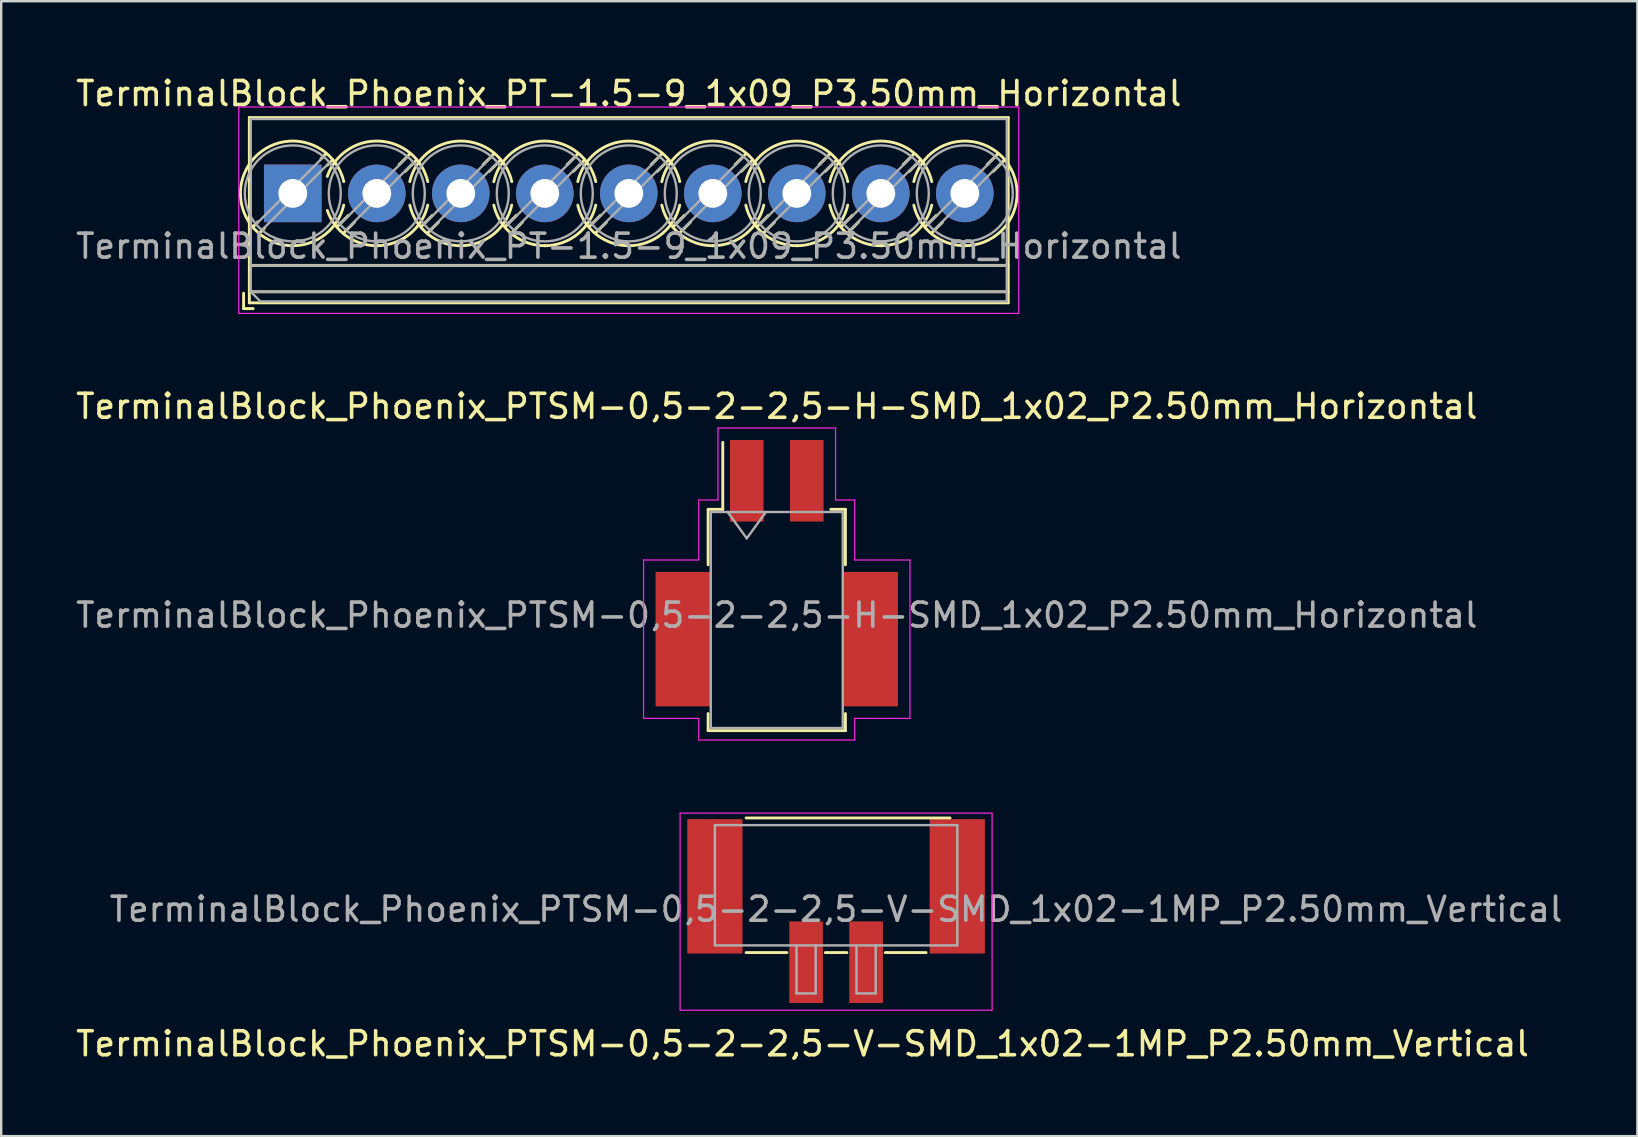
<source format=kicad_pcb>
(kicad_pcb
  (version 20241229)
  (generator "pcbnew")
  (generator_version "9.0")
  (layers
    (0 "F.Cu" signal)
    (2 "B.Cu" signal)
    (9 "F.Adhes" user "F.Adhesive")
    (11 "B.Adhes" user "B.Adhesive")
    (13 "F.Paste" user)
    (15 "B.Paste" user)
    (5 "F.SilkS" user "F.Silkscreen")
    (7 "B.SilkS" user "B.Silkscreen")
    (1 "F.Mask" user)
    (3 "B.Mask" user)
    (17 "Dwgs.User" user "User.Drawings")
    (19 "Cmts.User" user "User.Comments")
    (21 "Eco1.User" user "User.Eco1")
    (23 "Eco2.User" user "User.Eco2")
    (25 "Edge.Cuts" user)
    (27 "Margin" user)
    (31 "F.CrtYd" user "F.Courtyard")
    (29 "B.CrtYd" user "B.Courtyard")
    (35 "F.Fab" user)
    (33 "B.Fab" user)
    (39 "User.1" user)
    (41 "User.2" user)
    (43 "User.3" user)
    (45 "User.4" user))
  (footprint "TerminalBlock_Phoenix_PTSM-0,5-2-2,5-V-SMD_1x02-1MP_P2.50mm_Vertical"
    (layer "F.Cu")
    (at 31.787 34.911)
    (property "Reference" "TerminalBlock_Phoenix_PTSM-0,5-2-2,5-V-SMD_1x02-1MP_P2.50mm_Vertical" (at -1.4 5.53 0) (layer "F.SilkS") (effects (font (size 1 1) (thickness 0.15))))
    (attr smd)
    (fp_line (start -3.75 -3.88) (end 4.75 -3.88) (stroke (width 0.12) (type solid)) (layer "F.SilkS"))
    (fp_line (start -2.05 1.73) (end -3.75 1.73) (stroke (width 0.12) (type solid)) (layer "F.SilkS"))
    (fp_line (start 0.45 1.73) (end -0.45 1.73) (stroke (width 0.12) (type solid)) (layer "F.SilkS"))
    (fp_line (start 3.75 1.73) (end 2.05 1.73) (stroke (width 0.12) (type solid)) (layer "F.SilkS"))
    (fp_line (start -6.5 -4.08) (end 6.5 -4.08) (stroke (width 0.05) (type solid)) (layer "F.CrtYd"))
    (fp_line (start -6.5 4.13) (end -6.5 -4.08) (stroke (width 0.05) (type solid)) (layer "F.CrtYd"))
    (fp_line (start 6.5 -4.08) (end 6.5 4.13) (stroke (width 0.05) (type solid)) (layer "F.CrtYd"))
    (fp_line (start 6.5 4.13) (end -6.5 4.13) (stroke (width 0.05) (type solid)) (layer "F.CrtYd"))
    (fp_line (start -5.05 -3.58) (end 5.05 -3.58) (stroke (width 0.1) (type solid)) (layer "F.Fab"))
    (fp_line (start -5.05 1.43) (end -5.05 -3.58) (stroke (width 0.1) (type solid)) (layer "F.Fab"))
    (fp_line (start -1.65 1.43) (end -1.65 3.43) (stroke (width 0.1) (type solid)) (layer "F.Fab"))
    (fp_line (start -1.65 3.43) (end -0.85 3.43) (stroke (width 0.1) (type solid)) (layer "F.Fab"))
    (fp_line (start -0.85 1.43) (end -0.85 3.43) (stroke (width 0.1) (type solid)) (layer "F.Fab"))
    (fp_line (start 0.85 1.43) (end 0.85 3.43) (stroke (width 0.1) (type solid)) (layer "F.Fab"))
    (fp_line (start 0.85 3.43) (end 1.65 3.43) (stroke (width 0.1) (type solid)) (layer "F.Fab"))
    (fp_line (start 1.65 1.43) (end 1.65 3.43) (stroke (width 0.1) (type solid)) (layer "F.Fab"))
    (fp_line (start 5.05 1.43) (end -5.05 1.43) (stroke (width 0.1) (type solid)) (layer "F.Fab"))
    (fp_line (start 5.05 1.43) (end 5.05 -3.58) (stroke (width 0.1) (type solid)) (layer "F.Fab"))
    (fp_text user "${REFERENCE}" (at 0 -0.075 0) (layer "F.Fab") (effects (font (size 1 1) (thickness 0.15))))
    (pad "1" smd rect (at -1.25 2.13 180) (size 1.4 3.4) (layers "F.Cu" "F.Mask" "F.Paste"))
    (pad "2" smd rect (at 1.25 2.13 180) (size 1.4 3.4) (layers "F.Cu" "F.Mask" "F.Paste"))
    (pad "MP" smd rect (at -5.05 -1.03 180) (size 2.3 5.6) (layers "F.Cu" "F.Mask" "F.Paste"))
    (pad "MP" smd rect (at 5.05 -1.03 180) (size 2.3 5.6) (layers "F.Cu" "F.Mask" "F.Paste")))
  (footprint "TerminalBlock_Phoenix_PT-1.5-9_1x09_P3.50mm_Horizontal"
    (layer "F.Cu")
    (at 9.149 5.008)
    (property "Reference" "TerminalBlock_Phoenix_PT-1.5-9_1x09_P3.50mm_Horizontal" (at 14 -4.16 0) (layer "F.SilkS") (effects (font (size 1 1) (thickness 0.15))))
    (attr through_hole)
    (fp_line (start -2.05 4.16) (end -2.05 4.8) (stroke (width 0.12) (type solid)) (layer "F.SilkS"))
    (fp_line (start -2.05 4.8) (end -1.65 4.8) (stroke (width 0.12) (type solid)) (layer "F.SilkS"))
    (fp_line (start -1.81 -3.16) (end -1.81 4.56) (stroke (width 0.12) (type solid)) (layer "F.SilkS"))
    (fp_line (start -1.81 -3.16) (end 29.81 -3.16) (stroke (width 0.12) (type solid)) (layer "F.SilkS"))
    (fp_line (start -1.81 3) (end 29.81 3) (stroke (width 0.12) (type solid)) (layer "F.SilkS"))
    (fp_line (start -1.81 4.1) (end 29.81 4.1) (stroke (width 0.12) (type solid)) (layer "F.SilkS"))
    (fp_line (start -1.81 4.56) (end 29.81 4.56) (stroke (width 0.12) (type solid)) (layer "F.SilkS"))
    (fp_line (start -1.441 1.175) (end -1.654 1.388) (stroke (width 0.12) (type solid)) (layer "F.SilkS"))
    (fp_line (start -1.175 1.441) (end -1.388 1.654) (stroke (width 0.12) (type solid)) (layer "F.SilkS"))
    (fp_line (start 1.388 -1.654) (end 1.175 -1.441) (stroke (width 0.12) (type solid)) (layer "F.SilkS"))
    (fp_line (start 1.654 -1.388) (end 1.441 -1.175) (stroke (width 0.12) (type solid)) (layer "F.SilkS"))
    (fp_line (start 2.318 0.916) (end 1.847 1.388) (stroke (width 0.12) (type solid)) (layer "F.SilkS"))
    (fp_line (start 2.569 1.198) (end 2.113 1.654) (stroke (width 0.12) (type solid)) (layer "F.SilkS"))
    (fp_line (start 4.888 -1.654) (end 4.432 -1.198) (stroke (width 0.12) (type solid)) (layer "F.SilkS"))
    (fp_line (start 5.154 -1.388) (end 4.683 -0.916) (stroke (width 0.12) (type solid)) (layer "F.SilkS"))
    (fp_line (start 5.818 0.916) (end 5.347 1.388) (stroke (width 0.12) (type solid)) (layer "F.SilkS"))
    (fp_line (start 6.069 1.198) (end 5.613 1.654) (stroke (width 0.12) (type solid)) (layer "F.SilkS"))
    (fp_line (start 8.388 -1.654) (end 7.932 -1.198) (stroke (width 0.12) (type solid)) (layer "F.SilkS"))
    (fp_line (start 8.654 -1.388) (end 8.183 -0.916) (stroke (width 0.12) (type solid)) (layer "F.SilkS"))
    (fp_line (start 9.318 0.916) (end 8.847 1.388) (stroke (width 0.12) (type solid)) (layer "F.SilkS"))
    (fp_line (start 9.569 1.198) (end 9.113 1.654) (stroke (width 0.12) (type solid)) (layer "F.SilkS"))
    (fp_line (start 11.888 -1.654) (end 11.432 -1.198) (stroke (width 0.12) (type solid)) (layer "F.SilkS"))
    (fp_line (start 12.154 -1.388) (end 11.683 -0.916) (stroke (width 0.12) (type solid)) (layer "F.SilkS"))
    (fp_line (start 12.818 0.916) (end 12.347 1.388) (stroke (width 0.12) (type solid)) (layer "F.SilkS"))
    (fp_line (start 13.069 1.198) (end 12.613 1.654) (stroke (width 0.12) (type solid)) (layer "F.SilkS"))
    (fp_line (start 15.388 -1.654) (end 14.932 -1.198) (stroke (width 0.12) (type solid)) (layer "F.SilkS"))
    (fp_line (start 15.654 -1.388) (end 15.183 -0.916) (stroke (width 0.12) (type solid)) (layer "F.SilkS"))
    (fp_line (start 16.318 0.916) (end 15.847 1.388) (stroke (width 0.12) (type solid)) (layer "F.SilkS"))
    (fp_line (start 16.569 1.198) (end 16.113 1.654) (stroke (width 0.12) (type solid)) (layer "F.SilkS"))
    (fp_line (start 18.888 -1.654) (end 18.432 -1.198) (stroke (width 0.12) (type solid)) (layer "F.SilkS"))
    (fp_line (start 19.154 -1.388) (end 18.683 -0.916) (stroke (width 0.12) (type solid)) (layer "F.SilkS"))
    (fp_line (start 19.818 0.916) (end 19.347 1.388) (stroke (width 0.12) (type solid)) (layer "F.SilkS"))
    (fp_line (start 20.069 1.198) (end 19.613 1.654) (stroke (width 0.12) (type solid)) (layer "F.SilkS"))
    (fp_line (start 22.388 -1.654) (end 21.932 -1.198) (stroke (width 0.12) (type solid)) (layer "F.SilkS"))
    (fp_line (start 22.654 -1.388) (end 22.183 -0.916) (stroke (width 0.12) (type solid)) (layer "F.SilkS"))
    (fp_line (start 23.318 0.916) (end 22.847 1.388) (stroke (width 0.12) (type solid)) (layer "F.SilkS"))
    (fp_line (start 23.569 1.198) (end 23.113 1.654) (stroke (width 0.12) (type solid)) (layer "F.SilkS"))
    (fp_line (start 25.888 -1.654) (end 25.432 -1.198) (stroke (width 0.12) (type solid)) (layer "F.SilkS"))
    (fp_line (start 26.154 -1.388) (end 25.683 -0.916) (stroke (width 0.12) (type solid)) (layer "F.SilkS"))
    (fp_line (start 26.818 0.916) (end 26.347 1.388) (stroke (width 0.12) (type solid)) (layer "F.SilkS"))
    (fp_line (start 27.069 1.198) (end 26.613 1.654) (stroke (width 0.12) (type solid)) (layer "F.SilkS"))
    (fp_line (start 29.388 -1.654) (end 28.932 -1.198) (stroke (width 0.12) (type solid)) (layer "F.SilkS"))
    (fp_line (start 29.654 -1.388) (end 29.183 -0.916) (stroke (width 0.12) (type solid)) (layer "F.SilkS"))
    (fp_line (start 29.81 -3.16) (end 29.81 4.56) (stroke (width 0.12) (type solid)) (layer "F.SilkS"))
    (fp_arc (start 0.038458 2.180648) (mid -1.718884 -1.342439) (end 2.125 -0.491) (stroke (width 0.12) (type solid)) (layer "F.SilkS"))
    (fp_arc (start 1.437707 -0.709687) (mid 3.61375 -2.17802) (end 5.625 -0.491) (stroke (width 0.12) (type solid)) (layer "F.SilkS"))
    (fp_arc (start 2.124127 0.490393) (mid 1.357082 1.706086) (end 0 2.18) (stroke (width 0.12) (type solid)) (layer "F.SilkS"))
    (fp_arc (start 3.538366 2.17953) (mid 2.249943 1.785828) (end 1.439 0.71) (stroke (width 0.12) (type solid)) (layer "F.SilkS"))
    (fp_arc (start 4.874822 -0.490231) (mid 6.999605 -2.180988) (end 9.125 -0.491) (stroke (width 0.12) (type solid)) (layer "F.SilkS"))
    (fp_arc (start 5.624127 0.490393) (mid 4.857082 1.706086) (end 3.5 2.18) (stroke (width 0.12) (type solid)) (layer "F.SilkS"))
    (fp_arc (start 7.038666 2.17967) (mid 5.658338 1.718255) (end 4.876 0.491) (stroke (width 0.12) (type solid)) (layer "F.SilkS"))
    (fp_arc (start 8.374822 -0.490231) (mid 10.499605 -2.180988) (end 12.625 -0.491) (stroke (width 0.12) (type solid)) (layer "F.SilkS"))
    (fp_arc (start 9.124127 0.490393) (mid 8.357082 1.706086) (end 7 2.18) (stroke (width 0.12) (type solid)) (layer "F.SilkS"))
    (fp_arc (start 10.538666 2.17967) (mid 9.158338 1.718255) (end 8.376 0.491) (stroke (width 0.12) (type solid)) (layer "F.SilkS"))
    (fp_arc (start 11.874822 -0.490231) (mid 13.999605 -2.180988) (end 16.125 -0.491) (stroke (width 0.12) (type solid)) (layer "F.SilkS"))
    (fp_arc (start 12.624127 0.490393) (mid 11.857082 1.706086) (end 10.5 2.18) (stroke (width 0.12) (type solid)) (layer "F.SilkS"))
    (fp_arc (start 14.038666 2.17967) (mid 12.658338 1.718255) (end 11.876 0.491) (stroke (width 0.12) (type solid)) (layer "F.SilkS"))
    (fp_arc (start 15.374822 -0.490231) (mid 17.499605 -2.180988) (end 19.625 -0.491) (stroke (width 0.12) (type solid)) (layer "F.SilkS"))
    (fp_arc (start 16.124127 0.490393) (mid 15.357082 1.706086) (end 14 2.18) (stroke (width 0.12) (type solid)) (layer "F.SilkS"))
    (fp_arc (start 17.538666 2.17967) (mid 16.158338 1.718255) (end 15.376 0.491) (stroke (width 0.12) (type solid)) (layer "F.SilkS"))
    (fp_arc (start 18.874822 -0.490231) (mid 20.999605 -2.180988) (end 23.125 -0.491) (stroke (width 0.12) (type solid)) (layer "F.SilkS"))
    (fp_arc (start 19.624127 0.490393) (mid 18.857082 1.706086) (end 17.5 2.18) (stroke (width 0.12) (type solid)) (layer "F.SilkS"))
    (fp_arc (start 21.038666 2.17967) (mid 19.658338 1.718255) (end 18.876 0.491) (stroke (width 0.12) (type solid)) (layer "F.SilkS"))
    (fp_arc (start 22.374822 -0.490231) (mid 24.499605 -2.180988) (end 26.625 -0.491) (stroke (width 0.12) (type solid)) (layer "F.SilkS"))
    (fp_arc (start 23.124127 0.490393) (mid 22.357082 1.706086) (end 21 2.18) (stroke (width 0.12) (type solid)) (layer "F.SilkS"))
    (fp_arc (start 24.538666 2.17967) (mid 23.158338 1.718255) (end 22.376 0.491) (stroke (width 0.12) (type solid)) (layer "F.SilkS"))
    (fp_arc (start 25.875873 -0.490393) (mid 29.706086 -1.357082) (end 28 2.18) (stroke (width 0.12) (type solid)) (layer "F.SilkS"))
    (fp_arc (start 26.624127 0.490393) (mid 25.857082 1.706086) (end 24.5 2.18) (stroke (width 0.12) (type solid)) (layer "F.SilkS"))
    (fp_arc (start 28.038666 2.17967) (mid 26.658338 1.718255) (end 25.876 0.491) (stroke (width 0.12) (type solid)) (layer "F.SilkS"))
    (fp_line (start -2.25 -3.6) (end -2.25 5) (stroke (width 0.05) (type solid)) (layer "F.CrtYd"))
    (fp_line (start -2.25 5) (end 30.25 5) (stroke (width 0.05) (type solid)) (layer "F.CrtYd"))
    (fp_line (start 30.25 -3.6) (end -2.25 -3.6) (stroke (width 0.05) (type solid)) (layer "F.CrtYd"))
    (fp_line (start 30.25 5) (end 30.25 -3.6) (stroke (width 0.05) (type solid)) (layer "F.CrtYd"))
    (fp_line (start -1.75 -3.1) (end 29.75 -3.1) (stroke (width 0.1) (type solid)) (layer "F.Fab"))
    (fp_line (start -1.75 3) (end 29.75 3) (stroke (width 0.1) (type solid)) (layer "F.Fab"))
    (fp_line (start -1.75 4.1) (end -1.75 -3.1) (stroke (width 0.1) (type solid)) (layer "F.Fab"))
    (fp_line (start -1.75 4.1) (end 29.75 4.1) (stroke (width 0.1) (type solid)) (layer "F.Fab"))
    (fp_line (start -1.35 4.5) (end -1.75 4.1) (stroke (width 0.1) (type solid)) (layer "F.Fab"))
    (fp_line (start 1.273 -1.517) (end -1.517 1.273) (stroke (width 0.1) (type solid)) (layer "F.Fab"))
    (fp_line (start 1.517 -1.273) (end -1.273 1.517) (stroke (width 0.1) (type solid)) (layer "F.Fab"))
    (fp_line (start 4.773 -1.517) (end 1.984 1.273) (stroke (width 0.1) (type solid)) (layer "F.Fab"))
    (fp_line (start 5.017 -1.273) (end 2.228 1.517) (stroke (width 0.1) (type solid)) (layer "F.Fab"))
    (fp_line (start 8.273 -1.517) (end 5.484 1.273) (stroke (width 0.1) (type solid)) (layer "F.Fab"))
    (fp_line (start 8.517 -1.273) (end 5.728 1.517) (stroke (width 0.1) (type solid)) (layer "F.Fab"))
    (fp_line (start 11.773 -1.517) (end 8.984 1.273) (stroke (width 0.1) (type solid)) (layer "F.Fab"))
    (fp_line (start 12.017 -1.273) (end 9.228 1.517) (stroke (width 0.1) (type solid)) (layer "F.Fab"))
    (fp_line (start 15.273 -1.517) (end 12.484 1.273) (stroke (width 0.1) (type solid)) (layer "F.Fab"))
    (fp_line (start 15.517 -1.273) (end 12.728 1.517) (stroke (width 0.1) (type solid)) (layer "F.Fab"))
    (fp_line (start 18.773 -1.517) (end 15.984 1.273) (stroke (width 0.1) (type solid)) (layer "F.Fab"))
    (fp_line (start 19.017 -1.273) (end 16.228 1.517) (stroke (width 0.1) (type solid)) (layer "F.Fab"))
    (fp_line (start 22.273 -1.517) (end 19.484 1.273) (stroke (width 0.1) (type solid)) (layer "F.Fab"))
    (fp_line (start 22.517 -1.273) (end 19.728 1.517) (stroke (width 0.1) (type solid)) (layer "F.Fab"))
    (fp_line (start 25.773 -1.517) (end 22.984 1.273) (stroke (width 0.1) (type solid)) (layer "F.Fab"))
    (fp_line (start 26.017 -1.273) (end 23.228 1.517) (stroke (width 0.1) (type solid)) (layer "F.Fab"))
    (fp_line (start 29.273 -1.517) (end 26.484 1.273) (stroke (width 0.1) (type solid)) (layer "F.Fab"))
    (fp_line (start 29.517 -1.273) (end 26.728 1.517) (stroke (width 0.1) (type solid)) (layer "F.Fab"))
    (fp_line (start 29.75 -3.1) (end 29.75 4.5) (stroke (width 0.1) (type solid)) (layer "F.Fab"))
    (fp_line (start 29.75 4.5) (end -1.35 4.5) (stroke (width 0.1) (type solid)) (layer "F.Fab"))
    (fp_circle (center 0 0) (end 2 0) (stroke (width 0.1) (type solid)) (fill no) (layer "F.Fab"))
    (fp_circle (center 3.5 0) (end 5.5 0) (stroke (width 0.1) (type solid)) (fill no) (layer "F.Fab"))
    (fp_circle (center 7 0) (end 9 0) (stroke (width 0.1) (type solid)) (fill no) (layer "F.Fab"))
    (fp_circle (center 10.5 0) (end 12.5 0) (stroke (width 0.1) (type solid)) (fill no) (layer "F.Fab"))
    (fp_circle (center 14 0) (end 16 0) (stroke (width 0.1) (type solid)) (fill no) (layer "F.Fab"))
    (fp_circle (center 17.5 0) (end 19.5 0) (stroke (width 0.1) (type solid)) (fill no) (layer "F.Fab"))
    (fp_circle (center 21 0) (end 23 0) (stroke (width 0.1) (type solid)) (fill no) (layer "F.Fab"))
    (fp_circle (center 24.5 0) (end 26.5 0) (stroke (width 0.1) (type solid)) (fill no) (layer "F.Fab"))
    (fp_circle (center 28 0) (end 30 0) (stroke (width 0.1) (type solid)) (fill no) (layer "F.Fab"))
    (fp_text user "${REFERENCE}" (at 14 2.2 0) (layer "F.Fab") (effects (font (size 1 1) (thickness 0.15))))
    (pad "1" thru_hole rect (at 0 0) (size 2.4 2.4) (drill 1.2) (layers "*.Cu" "*.Mask"))
    (pad "2" thru_hole circle (at 3.5 0) (size 2.4 2.4) (drill 1.2) (layers "*.Cu" "*.Mask"))
    (pad "3" thru_hole circle (at 7 0) (size 2.4 2.4) (drill 1.2) (layers "*.Cu" "*.Mask"))
    (pad "4" thru_hole circle (at 10.5 0) (size 2.4 2.4) (drill 1.2) (layers "*.Cu" "*.Mask"))
    (pad "5" thru_hole circle (at 14 0) (size 2.4 2.4) (drill 1.2) (layers "*.Cu" "*.Mask"))
    (pad "6" thru_hole circle (at 17.5 0) (size 2.4 2.4) (drill 1.2) (layers "*.Cu" "*.Mask"))
    (pad "7" thru_hole circle (at 21 0) (size 2.4 2.4) (drill 1.2) (layers "*.Cu" "*.Mask"))
    (pad "8" thru_hole circle (at 24.5 0) (size 2.4 2.4) (drill 1.2) (layers "*.Cu" "*.Mask"))
    (pad "9" thru_hole circle (at 28 0) (size 2.4 2.4) (drill 1.2) (layers "*.Cu" "*.Mask")))
  (footprint "TerminalBlock_Phoenix_PTSM-0,5-2-2,5-H-SMD_1x02_P2.50mm_Horizontal"
    (layer "F.Cu")
    (at 29.315 22.782)
    (property "Reference" "TerminalBlock_Phoenix_PTSM-0,5-2-2,5-H-SMD_1x02_P2.50mm_Horizontal" (at 0 -8.9 0) (layer "F.SilkS") (effects (font (size 1 1) (thickness 0.15))))
    (attr through_hole)
    (fp_line (start -2.86 -4.61) (end -2.25 -4.61) (stroke (width 0.12) (type solid)) (layer "F.SilkS"))
    (fp_line (start -2.86 -2.3) (end -2.86 -4.6) (stroke (width 0.12) (type solid)) (layer "F.SilkS"))
    (fp_line (start -2.86 4.61) (end -2.86 3.9) (stroke (width 0.12) (type solid)) (layer "F.SilkS"))
    (fp_line (start -2.25 -4.61) (end -2.25 -7.4) (stroke (width 0.12) (type solid)) (layer "F.SilkS"))
    (fp_line (start 2.25 -4.61) (end 2.86 -4.61) (stroke (width 0.12) (type solid)) (layer "F.SilkS"))
    (fp_line (start 2.86 -4.61) (end 2.86 -2.3) (stroke (width 0.12) (type solid)) (layer "F.SilkS"))
    (fp_line (start 2.86 3.9) (end 2.86 4.61) (stroke (width 0.12) (type solid)) (layer "F.SilkS"))
    (fp_line (start 2.86 4.61) (end -2.86 4.61) (stroke (width 0.12) (type solid)) (layer "F.SilkS"))
    (fp_line (start -5.55 4.1) (end -5.55 -2.5) (stroke (width 0.05) (type solid)) (layer "F.CrtYd"))
    (fp_line (start -3.25 -5) (end -3.25 -2.5) (stroke (width 0.05) (type solid)) (layer "F.CrtYd"))
    (fp_line (start -3.25 -2.5) (end -5.55 -2.5) (stroke (width 0.05) (type solid)) (layer "F.CrtYd"))
    (fp_line (start -3.25 4.1) (end -5.55 4.1) (stroke (width 0.05) (type solid)) (layer "F.CrtYd"))
    (fp_line (start -3.25 5) (end -3.25 4.1) (stroke (width 0.05) (type solid)) (layer "F.CrtYd"))
    (fp_line (start -2.45 -8) (end -2.45 -5) (stroke (width 0.05) (type solid)) (layer "F.CrtYd"))
    (fp_line (start -2.45 -8) (end 2.45 -8) (stroke (width 0.05) (type solid)) (layer "F.CrtYd"))
    (fp_line (start -2.45 -5) (end -3.25 -5) (stroke (width 0.05) (type solid)) (layer "F.CrtYd"))
    (fp_line (start 2.45 -8) (end 2.45 -5) (stroke (width 0.05) (type solid)) (layer "F.CrtYd"))
    (fp_line (start 2.45 -5) (end 3.25 -5) (stroke (width 0.05) (type solid)) (layer "F.CrtYd"))
    (fp_line (start 3.25 -5) (end 3.25 -2.5) (stroke (width 0.05) (type solid)) (layer "F.CrtYd"))
    (fp_line (start 3.25 -2.5) (end 5.55 -2.5) (stroke (width 0.05) (type solid)) (layer "F.CrtYd"))
    (fp_line (start 3.25 4.1) (end 5.55 4.1) (stroke (width 0.05) (type solid)) (layer "F.CrtYd"))
    (fp_line (start 3.25 5) (end -3.25 5) (stroke (width 0.05) (type solid)) (layer "F.CrtYd"))
    (fp_line (start 3.25 5) (end 3.25 4.1) (stroke (width 0.05) (type solid)) (layer "F.CrtYd"))
    (fp_line (start 5.55 -2.5) (end 5.55 4.1) (stroke (width 0.05) (type solid)) (layer "F.CrtYd"))
    (fp_line (start -2.75 -4.5) (end 2.75 -4.5) (stroke (width 0.1) (type solid)) (layer "F.Fab"))
    (fp_line (start -2.75 4.5) (end -2.75 -4.5) (stroke (width 0.1) (type solid)) (layer "F.Fab"))
    (fp_line (start -2.05 -4.5) (end -1.25 -3.4) (stroke (width 0.1) (type solid)) (layer "F.Fab"))
    (fp_line (start -1.25 -3.4) (end -0.45 -4.5) (stroke (width 0.1) (type solid)) (layer "F.Fab"))
    (fp_line (start 2.75 -4.5) (end 2.75 4.5) (stroke (width 0.1) (type solid)) (layer "F.Fab"))
    (fp_line (start 2.75 4.5) (end -2.75 4.5) (stroke (width 0.1) (type solid)) (layer "F.Fab"))
    (fp_text user "${REFERENCE}" (at 0 -0.2 0) (layer "F.Fab") (effects (font (size 1 1) (thickness 0.15))))
    (pad "" smd rect (at -3.9 0.8) (size 2.3 5.6) (layers "F.Cu" "F.Mask" "F.Paste"))
    (pad "" smd rect (at 3.9 0.8) (size 2.3 5.6) (layers "F.Cu" "F.Mask" "F.Paste"))
    (pad "1" smd rect (at -1.25 -5.8) (size 1.4 3.4) (layers "F.Cu" "F.Mask" "F.Paste"))
    (pad "2" smd rect (at 1.25 -5.8) (size 1.4 3.4) (layers "F.Cu" "F.Mask" "F.Paste")))
  (gr_rect
    (start -3 -3)
    (end 65.174 44.29)
    (stroke (width 0.1) (type default))
    (fill no)
    (layer "Edge.Cuts")))
</source>
